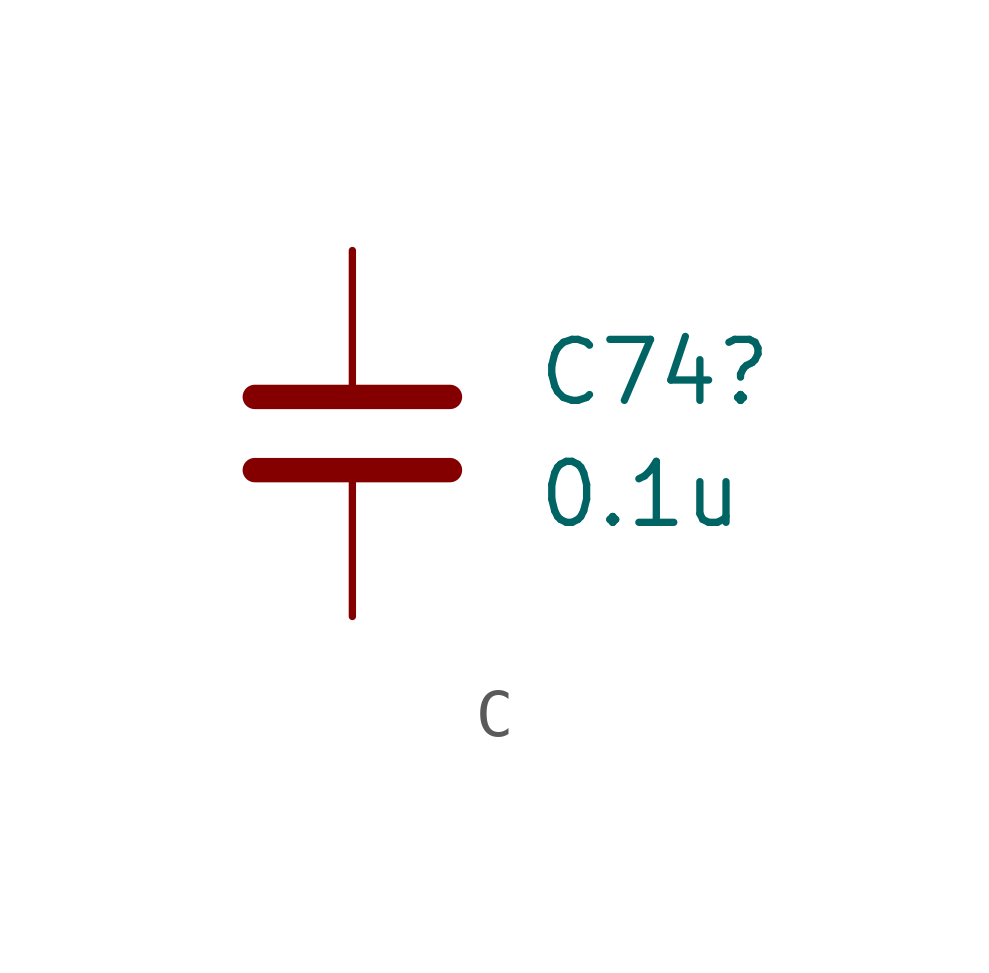
<source format=kicad_sym>
(kicad_symbol_lib
  (version 20231120)
  (generator "kicad_symbol_editor")
  (generator_version "8.0")
  (symbol "C"
    (pin_numbers hide)
    (pin_names
      (offset 0.254))
    (property "Reference" "C74"
      (at 3.81 1.27 0)
      (effects (font (size 1.27 1.27)) (justify left)))
    (property "Value" "0.1u"
      (at 3.81 -1.27 0)
      (effects (font (size 1.27 1.27)) (justify left)))
    (symbol "C_0_1"
      (polyline (pts (xy -2.032 -0.762) (xy 2.032 -0.762)) (stroke (width 0.508) (type default)) (fill (type none)))
      (polyline (pts (xy -2.032 0.762) (xy 2.032 0.762)) (stroke (width 0.508) (type default)) (fill (type none))))
    (symbol "C_1_1"
      (pin passive line (at 0 3.81 270) (length 2.794) (name "~" (effects (font (size 1.27 1.27)))) (number "1" (effects (font (size 1.27 1.27)))))
      (pin passive line (at 0 -3.81 90) (length 2.794) (name "~" (effects (font (size 1.27 1.27)))) (number "2" (effects (font (size 1.27 1.27))))))))
</source>
